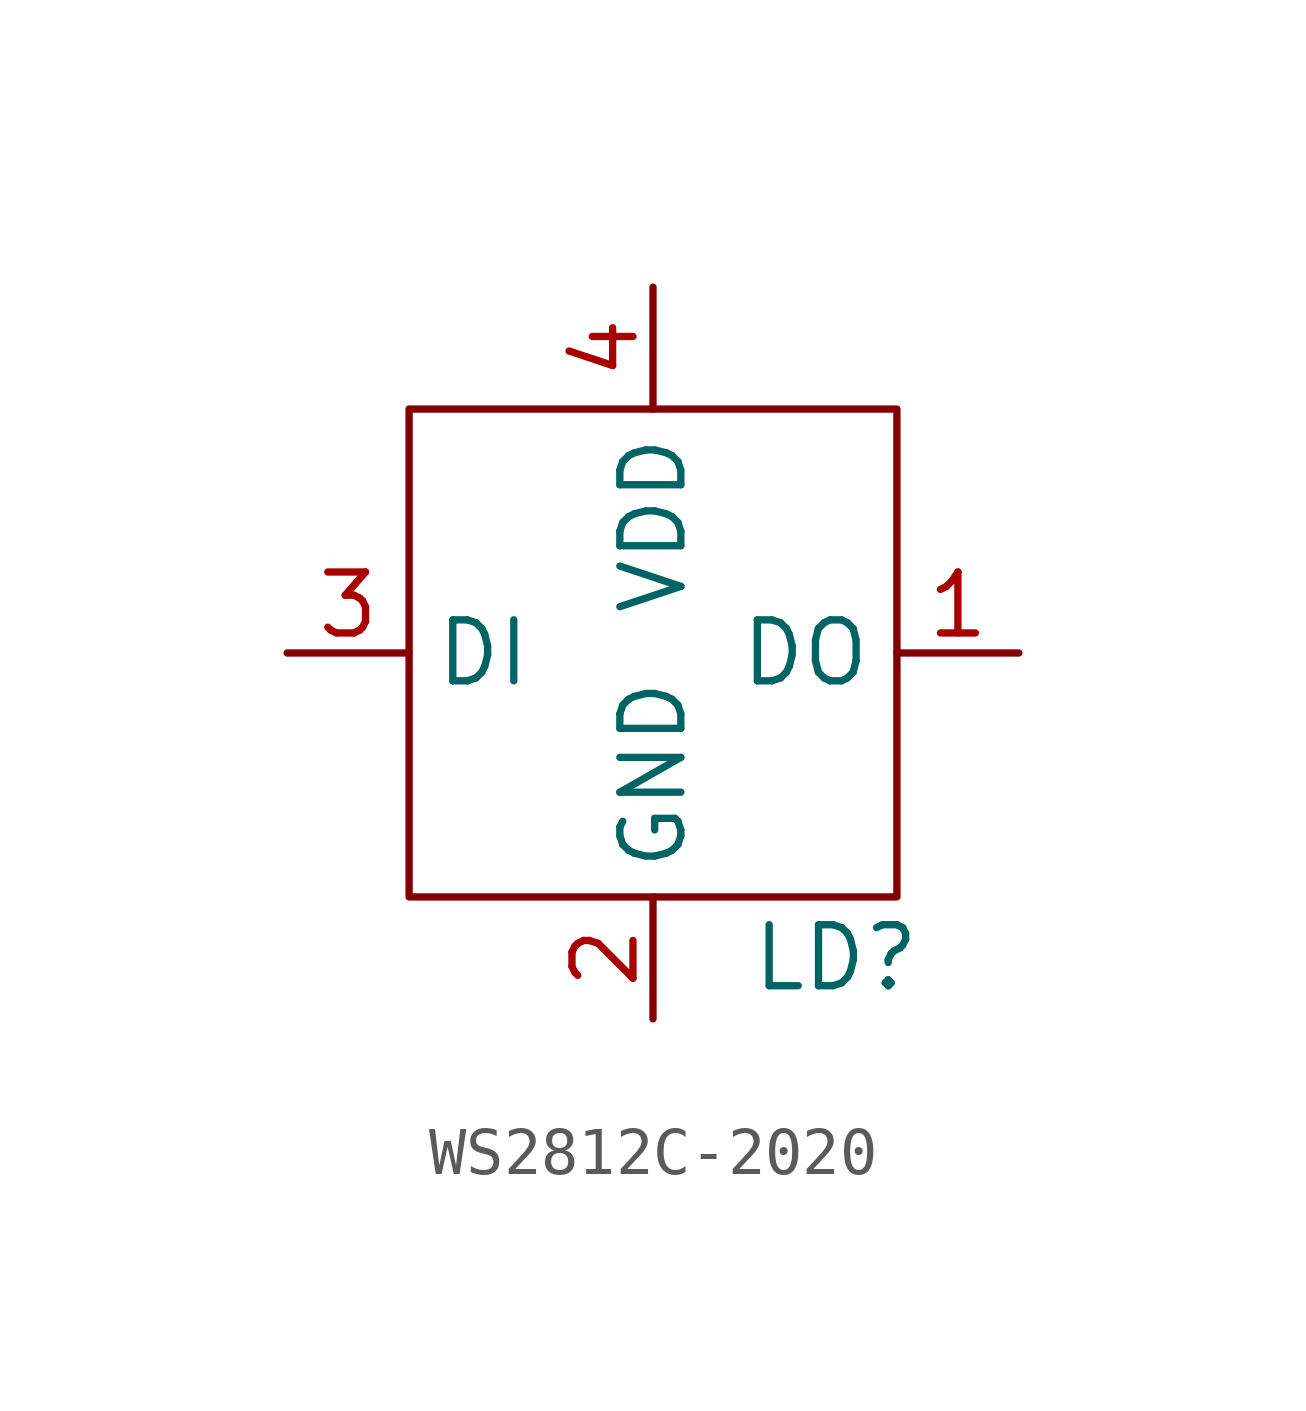
<source format=kicad_sym>
(kicad_symbol_lib
  (version 20220914)
  (generator kicad_symbol_editor)
  (symbol "WS2812C-2020"
    (property "Reference" "LD"
      (at 3.81 -6.35 0)
      (effects (font (size 1.27 1.27))))
    (property "Value" ""
      (at 0 0 0)
      (effects (font (size 1.27 1.27))))
    (symbol "WS2812C-2020_0_1"
      (rectangle (start -5.08 5.08) (end 5.08 -5.08) (stroke (width 0) (type default)) (fill (type none))))
    (symbol "WS2812C-2020_1_1"
      (pin output line (at 7.62 0 180) (length 2.54) (name "DO" (effects (font (size 1.27 1.27)))) (number "1" (effects (font (size 1.27 1.27)))))
      (pin power_in line (at 0 -7.62 90) (length 2.54) (name "GND" (effects (font (size 1.27 1.27)))) (number "2" (effects (font (size 1.27 1.27)))))
      (pin input line (at -7.62 0 0) (length 2.54) (name "DI" (effects (font (size 1.27 1.27)))) (number "3" (effects (font (size 1.27 1.27)))))
      (pin power_in line (at 0 7.62 270) (length 2.54) (name "VDD" (effects (font (size 1.27 1.27)))) (number "4" (effects (font (size 1.27 1.27))))))))
</source>
